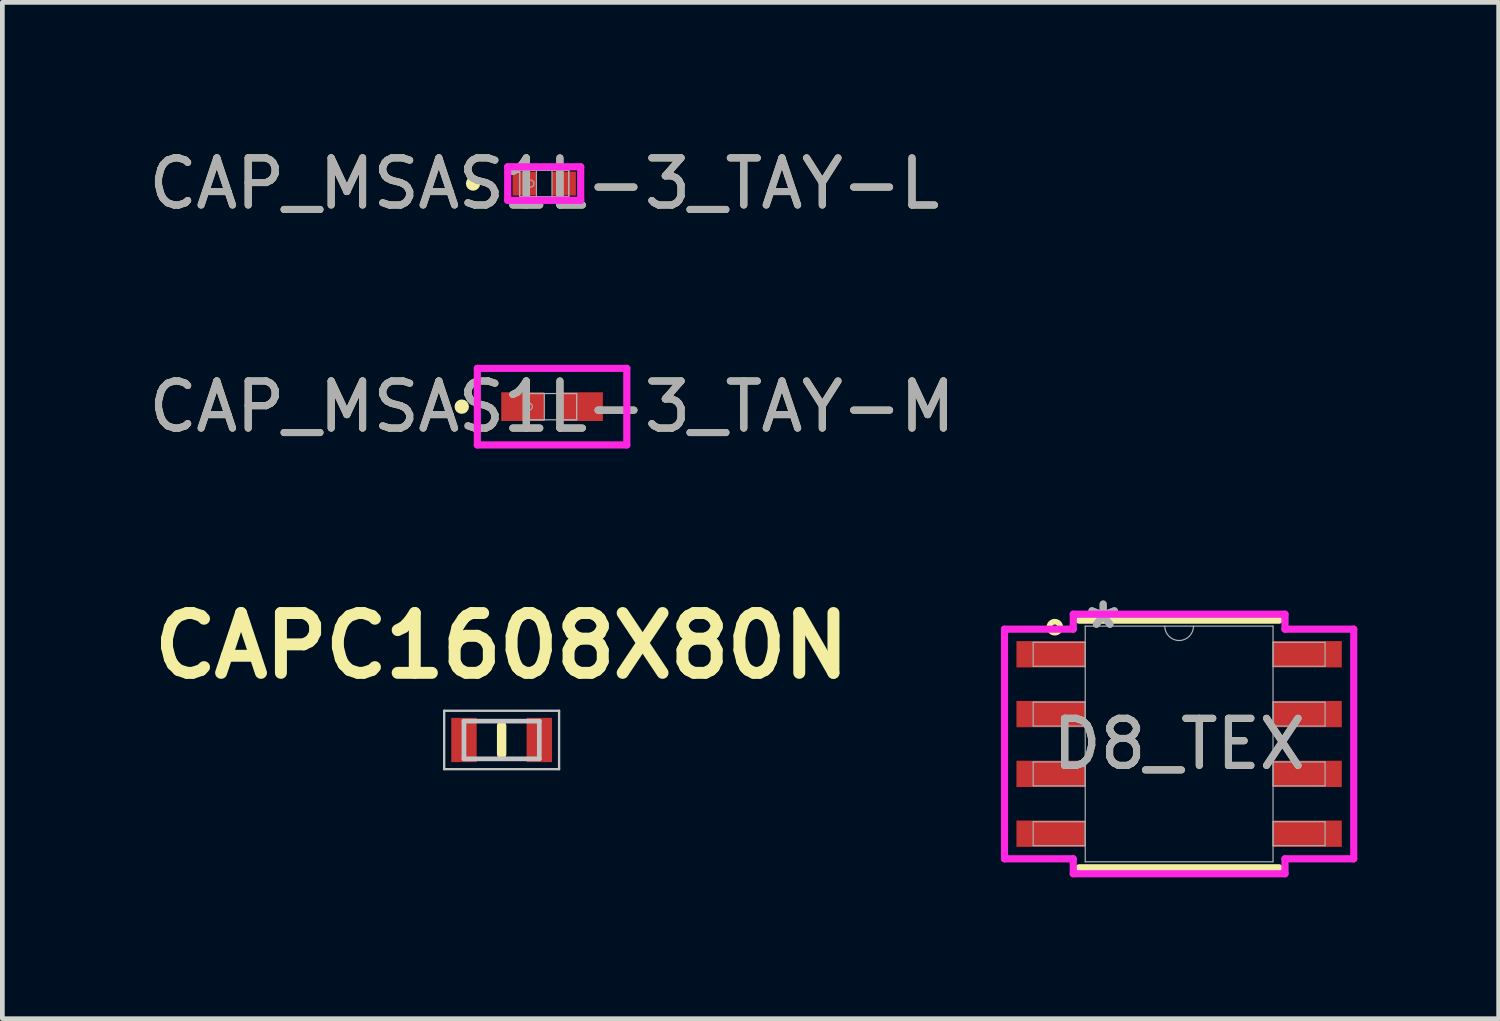
<source format=kicad_pcb>
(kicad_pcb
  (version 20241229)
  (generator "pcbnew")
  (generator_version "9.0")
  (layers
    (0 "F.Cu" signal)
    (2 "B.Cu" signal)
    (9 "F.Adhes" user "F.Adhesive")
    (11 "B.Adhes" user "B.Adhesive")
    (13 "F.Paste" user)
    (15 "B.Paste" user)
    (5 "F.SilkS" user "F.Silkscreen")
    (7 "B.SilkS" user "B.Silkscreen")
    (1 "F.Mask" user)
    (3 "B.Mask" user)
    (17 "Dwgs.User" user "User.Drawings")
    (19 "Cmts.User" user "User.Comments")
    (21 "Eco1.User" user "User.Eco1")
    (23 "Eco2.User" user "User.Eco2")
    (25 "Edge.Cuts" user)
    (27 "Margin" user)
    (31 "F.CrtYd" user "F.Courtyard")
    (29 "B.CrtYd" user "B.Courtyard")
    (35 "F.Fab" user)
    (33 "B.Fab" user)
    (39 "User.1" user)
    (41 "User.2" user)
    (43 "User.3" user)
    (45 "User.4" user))
  (footprint "D8_TEX"
    (layer "F.Cu")
    (at 21.988 12.748)
    (property "Reference" "D8_TEX" (at 0 0 0) (unlocked yes) (layer "F.SilkS") (effects (font (size 1 1) (thickness 0.15))))
    (attr smd)
    (fp_line (start -2.121 2.629) (end 2.121 2.629) (stroke (width 0.152) (type solid)) (layer "F.SilkS"))
    (fp_line (start 2.121 -2.629) (end -2.121 -2.629) (stroke (width 0.152) (type solid)) (layer "F.SilkS"))
    (fp_circle (center -2.64 -2.48) (end -2.6 -2.52) (stroke (width 0.12) (type default)) (fill no) (layer "F.SilkS"))
    (fp_line (start -3.708 -2.438) (end -2.248 -2.438) (stroke (width 0.152) (type solid)) (layer "F.CrtYd"))
    (fp_line (start -3.708 2.438) (end -3.708 -2.438) (stroke (width 0.152) (type solid)) (layer "F.CrtYd"))
    (fp_line (start -3.708 2.438) (end -2.248 2.438) (stroke (width 0.152) (type solid)) (layer "F.CrtYd"))
    (fp_line (start -2.248 -2.756) (end 2.248 -2.756) (stroke (width 0.152) (type solid)) (layer "F.CrtYd"))
    (fp_line (start -2.248 -2.438) (end -2.248 -2.756) (stroke (width 0.152) (type solid)) (layer "F.CrtYd"))
    (fp_line (start -2.248 2.756) (end -2.248 2.438) (stroke (width 0.152) (type solid)) (layer "F.CrtYd"))
    (fp_line (start 2.248 -2.756) (end 2.248 -2.438) (stroke (width 0.152) (type solid)) (layer "F.CrtYd"))
    (fp_line (start 2.248 2.438) (end 2.248 2.756) (stroke (width 0.152) (type solid)) (layer "F.CrtYd"))
    (fp_line (start 2.248 2.756) (end -2.248 2.756) (stroke (width 0.152) (type solid)) (layer "F.CrtYd"))
    (fp_line (start 3.708 -2.438) (end 2.248 -2.438) (stroke (width 0.152) (type solid)) (layer "F.CrtYd"))
    (fp_line (start 3.708 -2.438) (end 3.708 2.438) (stroke (width 0.152) (type solid)) (layer "F.CrtYd"))
    (fp_line (start 3.708 2.438) (end 2.248 2.438) (stroke (width 0.152) (type solid)) (layer "F.CrtYd"))
    (fp_line (start -3.099 -2.159) (end -3.099 -1.651) (stroke (width 0.025) (type solid)) (layer "F.Fab"))
    (fp_line (start -3.099 -1.651) (end -1.994 -1.651) (stroke (width 0.025) (type solid)) (layer "F.Fab"))
    (fp_line (start -3.099 -0.889) (end -3.099 -0.381) (stroke (width 0.025) (type solid)) (layer "F.Fab"))
    (fp_line (start -3.099 -0.381) (end -1.994 -0.381) (stroke (width 0.025) (type solid)) (layer "F.Fab"))
    (fp_line (start -3.099 0.381) (end -3.099 0.889) (stroke (width 0.025) (type solid)) (layer "F.Fab"))
    (fp_line (start -3.099 0.889) (end -1.994 0.889) (stroke (width 0.025) (type solid)) (layer "F.Fab"))
    (fp_line (start -3.099 1.651) (end -3.099 2.159) (stroke (width 0.025) (type solid)) (layer "F.Fab"))
    (fp_line (start -3.099 2.159) (end -1.994 2.159) (stroke (width 0.025) (type solid)) (layer "F.Fab"))
    (fp_line (start -1.994 -2.502) (end -1.994 2.502) (stroke (width 0.025) (type solid)) (layer "F.Fab"))
    (fp_line (start -1.994 -2.159) (end -3.099 -2.159) (stroke (width 0.025) (type solid)) (layer "F.Fab"))
    (fp_line (start -1.994 -1.651) (end -1.994 -2.159) (stroke (width 0.025) (type solid)) (layer "F.Fab"))
    (fp_line (start -1.994 -0.889) (end -3.099 -0.889) (stroke (width 0.025) (type solid)) (layer "F.Fab"))
    (fp_line (start -1.994 -0.381) (end -1.994 -0.889) (stroke (width 0.025) (type solid)) (layer "F.Fab"))
    (fp_line (start -1.994 0.381) (end -3.099 0.381) (stroke (width 0.025) (type solid)) (layer "F.Fab"))
    (fp_line (start -1.994 0.889) (end -1.994 0.381) (stroke (width 0.025) (type solid)) (layer "F.Fab"))
    (fp_line (start -1.994 1.651) (end -3.099 1.651) (stroke (width 0.025) (type solid)) (layer "F.Fab"))
    (fp_line (start -1.994 2.159) (end -1.994 1.651) (stroke (width 0.025) (type solid)) (layer "F.Fab"))
    (fp_line (start -1.994 2.502) (end 1.994 2.502) (stroke (width 0.025) (type solid)) (layer "F.Fab"))
    (fp_line (start 1.994 -2.502) (end -1.994 -2.502) (stroke (width 0.025) (type solid)) (layer "F.Fab"))
    (fp_line (start 1.994 -2.159) (end 1.994 -1.651) (stroke (width 0.025) (type solid)) (layer "F.Fab"))
    (fp_line (start 1.994 -1.651) (end 3.099 -1.651) (stroke (width 0.025) (type solid)) (layer "F.Fab"))
    (fp_line (start 1.994 -0.889) (end 1.994 -0.381) (stroke (width 0.025) (type solid)) (layer "F.Fab"))
    (fp_line (start 1.994 -0.381) (end 3.099 -0.381) (stroke (width 0.025) (type solid)) (layer "F.Fab"))
    (fp_line (start 1.994 0.381) (end 1.994 0.889) (stroke (width 0.025) (type solid)) (layer "F.Fab"))
    (fp_line (start 1.994 0.889) (end 3.099 0.889) (stroke (width 0.025) (type solid)) (layer "F.Fab"))
    (fp_line (start 1.994 1.651) (end 1.994 2.159) (stroke (width 0.025) (type solid)) (layer "F.Fab"))
    (fp_line (start 1.994 2.159) (end 3.099 2.159) (stroke (width 0.025) (type solid)) (layer "F.Fab"))
    (fp_line (start 1.994 2.502) (end 1.994 -2.502) (stroke (width 0.025) (type solid)) (layer "F.Fab"))
    (fp_line (start 3.099 -2.159) (end 1.994 -2.159) (stroke (width 0.025) (type solid)) (layer "F.Fab"))
    (fp_line (start 3.099 -1.651) (end 3.099 -2.159) (stroke (width 0.025) (type solid)) (layer "F.Fab"))
    (fp_line (start 3.099 -0.889) (end 1.994 -0.889) (stroke (width 0.025) (type solid)) (layer "F.Fab"))
    (fp_line (start 3.099 -0.381) (end 3.099 -0.889) (stroke (width 0.025) (type solid)) (layer "F.Fab"))
    (fp_line (start 3.099 0.381) (end 1.994 0.381) (stroke (width 0.025) (type solid)) (layer "F.Fab"))
    (fp_line (start 3.099 0.889) (end 3.099 0.381) (stroke (width 0.025) (type solid)) (layer "F.Fab"))
    (fp_line (start 3.099 1.651) (end 1.994 1.651) (stroke (width 0.025) (type solid)) (layer "F.Fab"))
    (fp_line (start 3.099 2.159) (end 3.099 1.651) (stroke (width 0.025) (type solid)) (layer "F.Fab"))
    (fp_arc (start 0.3048 -2.5019) (mid 0 -2.1971) (end -0.3048 -2.5019) (stroke (width 0.0254) (type solid)) (layer "F.Fab"))
    (fp_text user "*" (at -1.613 -2.426 0) (layer "F.Fab") (effects (font (size 1 1) (thickness 0.15))))
    (fp_text user "*" (at -1.613 -2.426 0) (unlocked yes) (layer "F.Fab") (effects (font (size 1 1) (thickness 0.15))))
    (fp_text user "${REFERENCE}" (at 0 0 0) (unlocked yes) (layer "F.Fab") (effects (font (size 1 1) (thickness 0.15))))
    (pad "1" smd rect (at -2.724 -1.905) (size 1.46 0.559) (layers "F.Cu" "F.Mask" "F.Paste"))
    (pad "2" smd rect (at -2.724 -0.635) (size 1.46 0.559) (layers "F.Cu" "F.Mask" "F.Paste"))
    (pad "3" smd rect (at -2.724 0.635) (size 1.46 0.559) (layers "F.Cu" "F.Mask" "F.Paste"))
    (pad "4" smd rect (at -2.724 1.905) (size 1.46 0.559) (layers "F.Cu" "F.Mask" "F.Paste"))
    (pad "5" smd rect (at 2.724 1.905) (size 1.46 0.559) (layers "F.Cu" "F.Mask" "F.Paste"))
    (pad "6" smd rect (at 2.724 0.635) (size 1.46 0.559) (layers "F.Cu" "F.Mask" "F.Paste"))
    (pad "7" smd rect (at 2.724 -0.635) (size 1.46 0.559) (layers "F.Cu" "F.Mask" "F.Paste"))
    (pad "8" smd rect (at 2.724 -1.905) (size 1.46 0.559) (layers "F.Cu" "F.Mask" "F.Paste")))
  (footprint "CAPC1608X80N"
    (layer "F.Cu")
    (at 7.602 12.663)
    (property "Reference" "CAPC1608X80N" (at 0 -2 0) (layer "F.SilkS") (effects (font (size 1.27 1.27) (thickness 0.254))))
    (attr smd)
    (fp_line (start 0 -0.3) (end 0 0.3) (stroke (width 0.2) (type solid)) (layer "F.SilkS"))
    (fp_line (start -1.22 -0.62) (end 1.22 -0.62) (stroke (width 0.05) (type solid)) (layer "Dwgs.User"))
    (fp_line (start -1.22 0.62) (end -1.22 -0.62) (stroke (width 0.05) (type solid)) (layer "Dwgs.User"))
    (fp_line (start -0.8 -0.4) (end 0.8 -0.4) (stroke (width 0.1) (type solid)) (layer "Dwgs.User"))
    (fp_line (start -0.8 0.4) (end -0.8 -0.4) (stroke (width 0.1) (type solid)) (layer "Dwgs.User"))
    (fp_line (start 0.8 -0.4) (end 0.8 0.4) (stroke (width 0.1) (type solid)) (layer "Dwgs.User"))
    (fp_line (start 0.8 0.4) (end -0.8 0.4) (stroke (width 0.1) (type solid)) (layer "Dwgs.User"))
    (fp_line (start 1.22 -0.62) (end 1.22 0.62) (stroke (width 0.05) (type solid)) (layer "Dwgs.User"))
    (fp_line (start 1.22 0.62) (end -1.22 0.62) (stroke (width 0.05) (type solid)) (layer "Dwgs.User"))
    (pad "1" smd rect (at -0.8 0) (size 0.54 0.94) (layers "F.Cu" "F.Mask" "F.Paste"))
    (pad "2" smd rect (at 0.8 0) (size 0.54 0.94) (layers "F.Cu" "F.Mask" "F.Paste")))
  (footprint "CAP_MSAS1L-3_TAY-M"
    (layer "F.Cu")
    (at 8.673 5.585)
    (property "Reference" "CAP_MSAS1L-3_TAY-M" (at 0 0 0) (unlocked yes) (layer "F.SilkS") (effects (font (size 1 1) (thickness 0.15))))
    (attr smd)
    (fp_circle (center -1.918 0) (end -1.841 0) (stroke (width 0.152) (type solid)) (fill no) (layer "F.SilkS"))
    (fp_line (start -1.587 -0.813) (end 1.587 -0.813) (stroke (width 0.152) (type solid)) (layer "F.CrtYd"))
    (fp_line (start -1.587 0.813) (end -1.587 -0.813) (stroke (width 0.152) (type solid)) (layer "F.CrtYd"))
    (fp_line (start 1.587 -0.813) (end 1.587 0.813) (stroke (width 0.152) (type solid)) (layer "F.CrtYd"))
    (fp_line (start 1.587 0.813) (end -1.587 0.813) (stroke (width 0.152) (type solid)) (layer "F.CrtYd"))
    (fp_line (start -0.521 -0.279) (end -0.521 0.279) (stroke (width 0.025) (type solid)) (layer "F.Fab"))
    (fp_line (start -0.521 -0.279) (end -0.521 0.279) (stroke (width 0.025) (type solid)) (layer "F.Fab"))
    (fp_line (start -0.521 0.279) (end -0.165 0.279) (stroke (width 0.025) (type solid)) (layer "F.Fab"))
    (fp_line (start -0.521 0.279) (end 0.521 0.279) (stroke (width 0.025) (type solid)) (layer "F.Fab"))
    (fp_line (start -0.165 -0.279) (end -0.521 -0.279) (stroke (width 0.025) (type solid)) (layer "F.Fab"))
    (fp_line (start -0.165 0.279) (end -0.165 -0.279) (stroke (width 0.025) (type solid)) (layer "F.Fab"))
    (fp_line (start 0.165 -0.279) (end 0.165 0.279) (stroke (width 0.025) (type solid)) (layer "F.Fab"))
    (fp_line (start 0.165 0.279) (end 0.521 0.279) (stroke (width 0.025) (type solid)) (layer "F.Fab"))
    (fp_line (start 0.521 -0.279) (end -0.521 -0.279) (stroke (width 0.025) (type solid)) (layer "F.Fab"))
    (fp_line (start 0.521 -0.279) (end 0.165 -0.279) (stroke (width 0.025) (type solid)) (layer "F.Fab"))
    (fp_line (start 0.521 0.279) (end 0.521 -0.279) (stroke (width 0.025) (type solid)) (layer "F.Fab"))
    (fp_line (start 0.521 0.279) (end 0.521 -0.279) (stroke (width 0.025) (type solid)) (layer "F.Fab"))
    (fp_circle (center -0.495 0) (end -0.419 0) (stroke (width 0.025) (type solid)) (fill no) (layer "F.Fab"))
    (fp_text user "${REFERENCE}" (at 0 0 0) (unlocked yes) (layer "F.Fab") (effects (font (size 1 1) (thickness 0.15))))
    (pad "1" smd rect (at -0.622 0) (size 0.914 0.61) (layers "F.Cu" "F.Mask" "F.Paste"))
    (pad "2" smd rect (at 0.622 0) (size 0.914 0.61) (layers "F.Cu" "F.Mask" "F.Paste"))
    (zone (net_name "") (layer "F.Cu") (hatch full 0.508) (connect_pads) (min_thickness 0.254) (filled_areas_thickness no) (keepout (tracks not_allowed) (vias not_allowed) (pads allowed) (copperpour not_allowed) (footprints allowed)) (placement (enabled no)) (fill) (polygon (pts (xy 8.558 5.357) (xy 8.787 5.357) (xy 8.787 5.814) (xy 8.558 5.814)))))
  (footprint "CAP_MSAS1L-3_TAY-L"
    (layer "F.Cu")
    (at 8.506 0.848)
    (property "Reference" "CAP_MSAS1L-3_TAY-L" (at 0 0 0) (unlocked yes) (layer "F.SilkS") (effects (font (size 1 1) (thickness 0.15))))
    (attr smd)
    (fp_circle (center -1.511 0) (end -1.435 0) (stroke (width 0.152) (type solid)) (fill no) (layer "F.SilkS"))
    (fp_line (start -0.775 -0.356) (end 0.775 -0.356) (stroke (width 0.152) (type solid)) (layer "F.CrtYd"))
    (fp_line (start -0.775 0.356) (end -0.775 -0.356) (stroke (width 0.152) (type solid)) (layer "F.CrtYd"))
    (fp_line (start 0.775 -0.356) (end 0.775 0.356) (stroke (width 0.152) (type solid)) (layer "F.CrtYd"))
    (fp_line (start 0.775 0.356) (end -0.775 0.356) (stroke (width 0.152) (type solid)) (layer "F.CrtYd"))
    (fp_line (start -0.521 -0.279) (end -0.521 0.279) (stroke (width 0.025) (type solid)) (layer "F.Fab"))
    (fp_line (start -0.521 -0.279) (end -0.521 0.279) (stroke (width 0.025) (type solid)) (layer "F.Fab"))
    (fp_line (start -0.521 0.279) (end -0.165 0.279) (stroke (width 0.025) (type solid)) (layer "F.Fab"))
    (fp_line (start -0.521 0.279) (end 0.521 0.279) (stroke (width 0.025) (type solid)) (layer "F.Fab"))
    (fp_line (start -0.165 -0.279) (end -0.521 -0.279) (stroke (width 0.025) (type solid)) (layer "F.Fab"))
    (fp_line (start -0.165 0.279) (end -0.165 -0.279) (stroke (width 0.025) (type solid)) (layer "F.Fab"))
    (fp_line (start 0.165 -0.279) (end 0.165 0.279) (stroke (width 0.025) (type solid)) (layer "F.Fab"))
    (fp_line (start 0.165 0.279) (end 0.521 0.279) (stroke (width 0.025) (type solid)) (layer "F.Fab"))
    (fp_line (start 0.521 -0.279) (end -0.521 -0.279) (stroke (width 0.025) (type solid)) (layer "F.Fab"))
    (fp_line (start 0.521 -0.279) (end 0.165 -0.279) (stroke (width 0.025) (type solid)) (layer "F.Fab"))
    (fp_line (start 0.521 0.279) (end 0.521 -0.279) (stroke (width 0.025) (type solid)) (layer "F.Fab"))
    (fp_line (start 0.521 0.279) (end 0.521 -0.279) (stroke (width 0.025) (type solid)) (layer "F.Fab"))
    (fp_circle (center -0.292 0) (end -0.216 0) (stroke (width 0.025) (type solid)) (fill no) (layer "F.Fab"))
    (fp_text user "${REFERENCE}" (at 0 0 0) (unlocked yes) (layer "F.Fab") (effects (font (size 1 1) (thickness 0.15))))
    (pad "1" smd rect (at -0.419 0) (size 0.508 0.508) (layers "F.Cu" "F.Mask" "F.Paste"))
    (pad "2" smd rect (at 0.419 0) (size 0.508 0.508) (layers "F.Cu" "F.Mask" "F.Paste"))
    (zone (net_name "") (layer "F.Cu") (hatch full 0.508) (connect_pads) (min_thickness 0.254) (filled_areas_thickness no) (keepout (tracks not_allowed) (vias not_allowed) (pads allowed) (copperpour not_allowed) (footprints allowed)) (placement (enabled no)) (fill) (polygon (pts (xy 8.392 0.62) (xy 8.62 0.62) (xy 8.62 1.077) (xy 8.392 1.077)))))
  (gr_rect
    (start -3 -3)
    (end 28.773 18.581)
    (stroke (width 0.1) (type default))
    (fill no)
    (layer "Edge.Cuts")))
</source>
